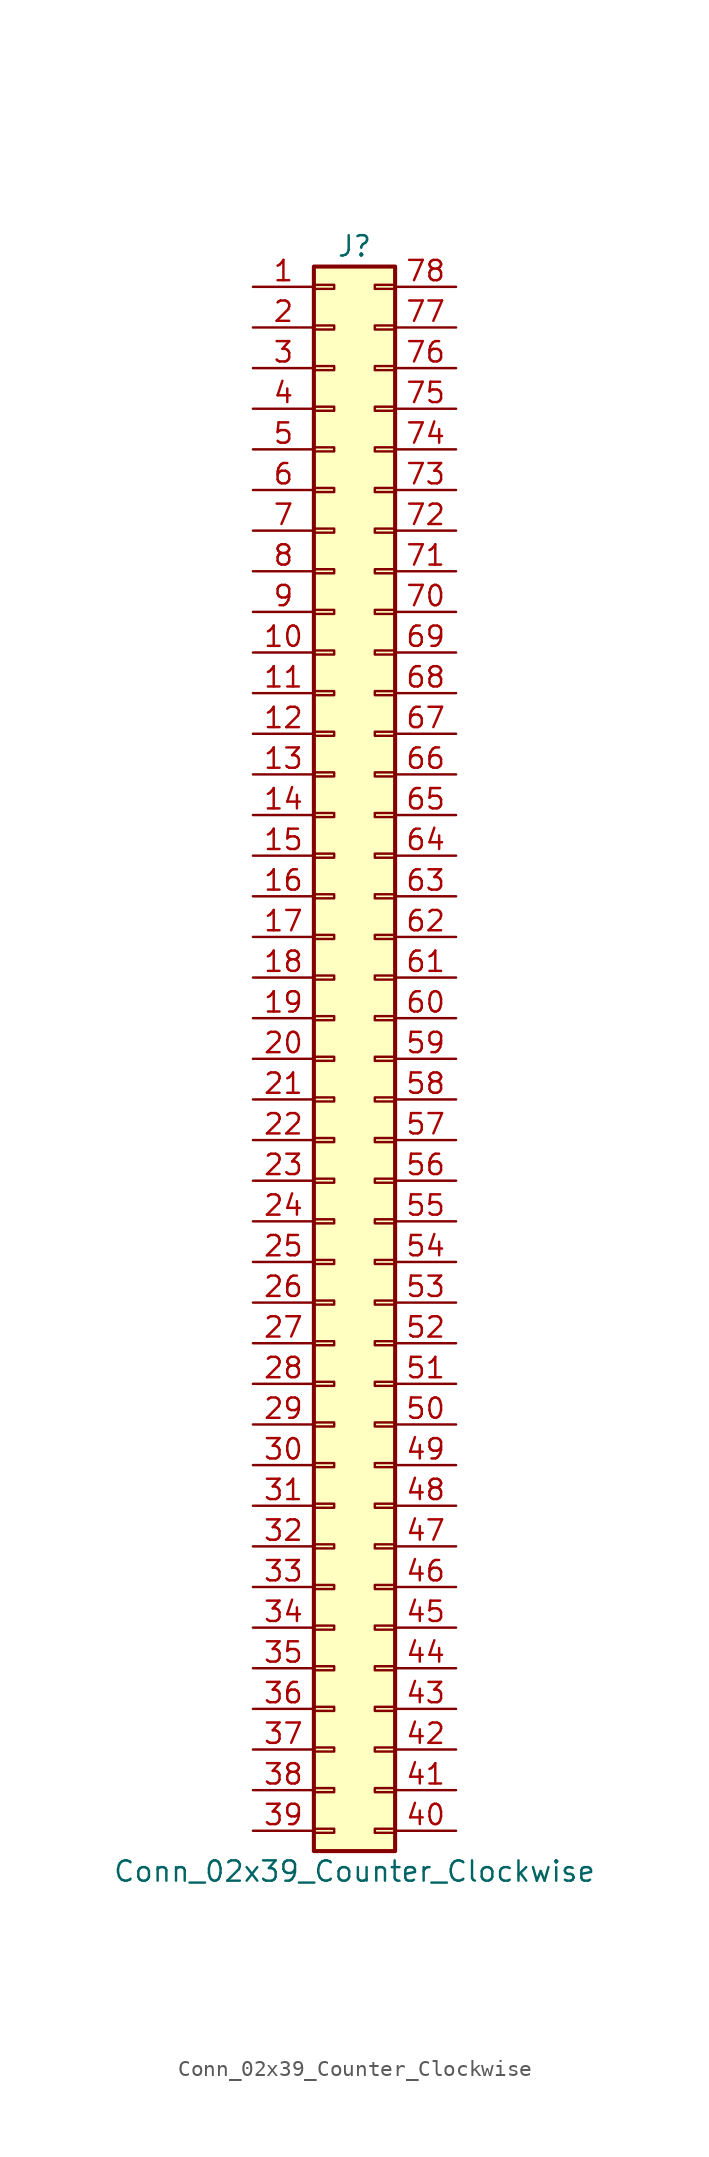
<source format=kicad_sym>
(kicad_symbol_lib
  (version 20211014)
  (generator kicad_symbol_editor)
  (symbol "Conn_02x39_Counter_Clockwise"
    (pin_names
      (offset 1.016) hide)
    (property "Reference" "J"
      (at 1.27 50.8 0)
      (effects (font (size 1.27 1.27))))
    (property "Value" "Conn_02x39_Counter_Clockwise"
      (at 1.27 -50.8 0)
      (effects (font (size 1.27 1.27))))
    (symbol "Conn_02x39_Counter_Clockwise_1_1"
      (rectangle (start -1.27 -48.133) (end 0 -48.387) (stroke (width 0.152) (type default) (color 0 0 0 0)) (fill (type none)))
      (rectangle (start -1.27 -45.593) (end 0 -45.847) (stroke (width 0.152) (type default) (color 0 0 0 0)) (fill (type none)))
      (rectangle (start -1.27 -43.053) (end 0 -43.307) (stroke (width 0.152) (type default) (color 0 0 0 0)) (fill (type none)))
      (rectangle (start -1.27 -40.513) (end 0 -40.767) (stroke (width 0.152) (type default) (color 0 0 0 0)) (fill (type none)))
      (rectangle (start -1.27 -37.973) (end 0 -38.227) (stroke (width 0.152) (type default) (color 0 0 0 0)) (fill (type none)))
      (rectangle (start -1.27 -35.433) (end 0 -35.687) (stroke (width 0.152) (type default) (color 0 0 0 0)) (fill (type none)))
      (rectangle (start -1.27 -32.893) (end 0 -33.147) (stroke (width 0.152) (type default) (color 0 0 0 0)) (fill (type none)))
      (rectangle (start -1.27 -30.353) (end 0 -30.607) (stroke (width 0.152) (type default) (color 0 0 0 0)) (fill (type none)))
      (rectangle (start -1.27 -27.813) (end 0 -28.067) (stroke (width 0.152) (type default) (color 0 0 0 0)) (fill (type none)))
      (rectangle (start -1.27 -25.273) (end 0 -25.527) (stroke (width 0.152) (type default) (color 0 0 0 0)) (fill (type none)))
      (rectangle (start -1.27 -22.733) (end 0 -22.987) (stroke (width 0.152) (type default) (color 0 0 0 0)) (fill (type none)))
      (rectangle (start -1.27 -20.193) (end 0 -20.447) (stroke (width 0.152) (type default) (color 0 0 0 0)) (fill (type none)))
      (rectangle (start -1.27 -17.653) (end 0 -17.907) (stroke (width 0.152) (type default) (color 0 0 0 0)) (fill (type none)))
      (rectangle (start -1.27 -15.113) (end 0 -15.367) (stroke (width 0.152) (type default) (color 0 0 0 0)) (fill (type none)))
      (rectangle (start -1.27 -12.573) (end 0 -12.827) (stroke (width 0.152) (type default) (color 0 0 0 0)) (fill (type none)))
      (rectangle (start -1.27 -10.033) (end 0 -10.287) (stroke (width 0.152) (type default) (color 0 0 0 0)) (fill (type none)))
      (rectangle (start -1.27 -7.493) (end 0 -7.747) (stroke (width 0.152) (type default) (color 0 0 0 0)) (fill (type none)))
      (rectangle (start -1.27 -4.953) (end 0 -5.207) (stroke (width 0.152) (type default) (color 0 0 0 0)) (fill (type none)))
      (rectangle (start -1.27 -2.413) (end 0 -2.667) (stroke (width 0.152) (type default) (color 0 0 0 0)) (fill (type none)))
      (rectangle (start -1.27 0.127) (end 0 -0.127) (stroke (width 0.152) (type default) (color 0 0 0 0)) (fill (type none)))
      (rectangle (start -1.27 2.667) (end 0 2.413) (stroke (width 0.152) (type default) (color 0 0 0 0)) (fill (type none)))
      (rectangle (start -1.27 5.207) (end 0 4.953) (stroke (width 0.152) (type default) (color 0 0 0 0)) (fill (type none)))
      (rectangle (start -1.27 7.747) (end 0 7.493) (stroke (width 0.152) (type default) (color 0 0 0 0)) (fill (type none)))
      (rectangle (start -1.27 10.287) (end 0 10.033) (stroke (width 0.152) (type default) (color 0 0 0 0)) (fill (type none)))
      (rectangle (start -1.27 12.827) (end 0 12.573) (stroke (width 0.152) (type default) (color 0 0 0 0)) (fill (type none)))
      (rectangle (start -1.27 15.367) (end 0 15.113) (stroke (width 0.152) (type default) (color 0 0 0 0)) (fill (type none)))
      (rectangle (start -1.27 17.907) (end 0 17.653) (stroke (width 0.152) (type default) (color 0 0 0 0)) (fill (type none)))
      (rectangle (start -1.27 20.447) (end 0 20.193) (stroke (width 0.152) (type default) (color 0 0 0 0)) (fill (type none)))
      (rectangle (start -1.27 22.987) (end 0 22.733) (stroke (width 0.152) (type default) (color 0 0 0 0)) (fill (type none)))
      (rectangle (start -1.27 25.527) (end 0 25.273) (stroke (width 0.152) (type default) (color 0 0 0 0)) (fill (type none)))
      (rectangle (start -1.27 28.067) (end 0 27.813) (stroke (width 0.152) (type default) (color 0 0 0 0)) (fill (type none)))
      (rectangle (start -1.27 30.607) (end 0 30.353) (stroke (width 0.152) (type default) (color 0 0 0 0)) (fill (type none)))
      (rectangle (start -1.27 33.147) (end 0 32.893) (stroke (width 0.152) (type default) (color 0 0 0 0)) (fill (type none)))
      (rectangle (start -1.27 35.687) (end 0 35.433) (stroke (width 0.152) (type default) (color 0 0 0 0)) (fill (type none)))
      (rectangle (start -1.27 38.227) (end 0 37.973) (stroke (width 0.152) (type default) (color 0 0 0 0)) (fill (type none)))
      (rectangle (start -1.27 40.767) (end 0 40.513) (stroke (width 0.152) (type default) (color 0 0 0 0)) (fill (type none)))
      (rectangle (start -1.27 43.307) (end 0 43.053) (stroke (width 0.152) (type default) (color 0 0 0 0)) (fill (type none)))
      (rectangle (start -1.27 45.847) (end 0 45.593) (stroke (width 0.152) (type default) (color 0 0 0 0)) (fill (type none)))
      (rectangle (start -1.27 48.387) (end 0 48.133) (stroke (width 0.152) (type default) (color 0 0 0 0)) (fill (type none)))
      (rectangle (start -1.27 49.53) (end 3.81 -49.53) (stroke (width 0.254) (type default) (color 0 0 0 0)) (fill (type background)))
      (rectangle (start 3.81 -48.133) (end 2.54 -48.387) (stroke (width 0.152) (type default) (color 0 0 0 0)) (fill (type none)))
      (rectangle (start 3.81 -45.593) (end 2.54 -45.847) (stroke (width 0.152) (type default) (color 0 0 0 0)) (fill (type none)))
      (rectangle (start 3.81 -43.053) (end 2.54 -43.307) (stroke (width 0.152) (type default) (color 0 0 0 0)) (fill (type none)))
      (rectangle (start 3.81 -40.513) (end 2.54 -40.767) (stroke (width 0.152) (type default) (color 0 0 0 0)) (fill (type none)))
      (rectangle (start 3.81 -37.973) (end 2.54 -38.227) (stroke (width 0.152) (type default) (color 0 0 0 0)) (fill (type none)))
      (rectangle (start 3.81 -35.433) (end 2.54 -35.687) (stroke (width 0.152) (type default) (color 0 0 0 0)) (fill (type none)))
      (rectangle (start 3.81 -32.893) (end 2.54 -33.147) (stroke (width 0.152) (type default) (color 0 0 0 0)) (fill (type none)))
      (rectangle (start 3.81 -30.353) (end 2.54 -30.607) (stroke (width 0.152) (type default) (color 0 0 0 0)) (fill (type none)))
      (rectangle (start 3.81 -27.813) (end 2.54 -28.067) (stroke (width 0.152) (type default) (color 0 0 0 0)) (fill (type none)))
      (rectangle (start 3.81 -25.273) (end 2.54 -25.527) (stroke (width 0.152) (type default) (color 0 0 0 0)) (fill (type none)))
      (rectangle (start 3.81 -22.733) (end 2.54 -22.987) (stroke (width 0.152) (type default) (color 0 0 0 0)) (fill (type none)))
      (rectangle (start 3.81 -20.193) (end 2.54 -20.447) (stroke (width 0.152) (type default) (color 0 0 0 0)) (fill (type none)))
      (rectangle (start 3.81 -17.653) (end 2.54 -17.907) (stroke (width 0.152) (type default) (color 0 0 0 0)) (fill (type none)))
      (rectangle (start 3.81 -15.113) (end 2.54 -15.367) (stroke (width 0.152) (type default) (color 0 0 0 0)) (fill (type none)))
      (rectangle (start 3.81 -12.573) (end 2.54 -12.827) (stroke (width 0.152) (type default) (color 0 0 0 0)) (fill (type none)))
      (rectangle (start 3.81 -10.033) (end 2.54 -10.287) (stroke (width 0.152) (type default) (color 0 0 0 0)) (fill (type none)))
      (rectangle (start 3.81 -7.493) (end 2.54 -7.747) (stroke (width 0.152) (type default) (color 0 0 0 0)) (fill (type none)))
      (rectangle (start 3.81 -4.953) (end 2.54 -5.207) (stroke (width 0.152) (type default) (color 0 0 0 0)) (fill (type none)))
      (rectangle (start 3.81 -2.413) (end 2.54 -2.667) (stroke (width 0.152) (type default) (color 0 0 0 0)) (fill (type none)))
      (rectangle (start 3.81 0.127) (end 2.54 -0.127) (stroke (width 0.152) (type default) (color 0 0 0 0)) (fill (type none)))
      (rectangle (start 3.81 2.667) (end 2.54 2.413) (stroke (width 0.152) (type default) (color 0 0 0 0)) (fill (type none)))
      (rectangle (start 3.81 5.207) (end 2.54 4.953) (stroke (width 0.152) (type default) (color 0 0 0 0)) (fill (type none)))
      (rectangle (start 3.81 7.747) (end 2.54 7.493) (stroke (width 0.152) (type default) (color 0 0 0 0)) (fill (type none)))
      (rectangle (start 3.81 10.287) (end 2.54 10.033) (stroke (width 0.152) (type default) (color 0 0 0 0)) (fill (type none)))
      (rectangle (start 3.81 12.827) (end 2.54 12.573) (stroke (width 0.152) (type default) (color 0 0 0 0)) (fill (type none)))
      (rectangle (start 3.81 15.367) (end 2.54 15.113) (stroke (width 0.152) (type default) (color 0 0 0 0)) (fill (type none)))
      (rectangle (start 3.81 17.907) (end 2.54 17.653) (stroke (width 0.152) (type default) (color 0 0 0 0)) (fill (type none)))
      (rectangle (start 3.81 20.447) (end 2.54 20.193) (stroke (width 0.152) (type default) (color 0 0 0 0)) (fill (type none)))
      (rectangle (start 3.81 22.987) (end 2.54 22.733) (stroke (width 0.152) (type default) (color 0 0 0 0)) (fill (type none)))
      (rectangle (start 3.81 25.527) (end 2.54 25.273) (stroke (width 0.152) (type default) (color 0 0 0 0)) (fill (type none)))
      (rectangle (start 3.81 28.067) (end 2.54 27.813) (stroke (width 0.152) (type default) (color 0 0 0 0)) (fill (type none)))
      (rectangle (start 3.81 30.607) (end 2.54 30.353) (stroke (width 0.152) (type default) (color 0 0 0 0)) (fill (type none)))
      (rectangle (start 3.81 33.147) (end 2.54 32.893) (stroke (width 0.152) (type default) (color 0 0 0 0)) (fill (type none)))
      (rectangle (start 3.81 35.687) (end 2.54 35.433) (stroke (width 0.152) (type default) (color 0 0 0 0)) (fill (type none)))
      (rectangle (start 3.81 38.227) (end 2.54 37.973) (stroke (width 0.152) (type default) (color 0 0 0 0)) (fill (type none)))
      (rectangle (start 3.81 40.767) (end 2.54 40.513) (stroke (width 0.152) (type default) (color 0 0 0 0)) (fill (type none)))
      (rectangle (start 3.81 43.307) (end 2.54 43.053) (stroke (width 0.152) (type default) (color 0 0 0 0)) (fill (type none)))
      (rectangle (start 3.81 45.847) (end 2.54 45.593) (stroke (width 0.152) (type default) (color 0 0 0 0)) (fill (type none)))
      (rectangle (start 3.81 48.387) (end 2.54 48.133) (stroke (width 0.152) (type default) (color 0 0 0 0)) (fill (type none)))
      (pin passive line (at -5.08 48.26 0) (length 3.81) (name "Pin_1" (effects (font (size 1.27 1.27)))) (number "1" (effects (font (size 1.27 1.27)))))
      (pin passive line (at -5.08 25.4 0) (length 3.81) (name "Pin_10" (effects (font (size 1.27 1.27)))) (number "10" (effects (font (size 1.27 1.27)))))
      (pin passive line (at -5.08 22.86 0) (length 3.81) (name "Pin_11" (effects (font (size 1.27 1.27)))) (number "11" (effects (font (size 1.27 1.27)))))
      (pin passive line (at -5.08 20.32 0) (length 3.81) (name "Pin_12" (effects (font (size 1.27 1.27)))) (number "12" (effects (font (size 1.27 1.27)))))
      (pin passive line (at -5.08 17.78 0) (length 3.81) (name "Pin_13" (effects (font (size 1.27 1.27)))) (number "13" (effects (font (size 1.27 1.27)))))
      (pin passive line (at -5.08 15.24 0) (length 3.81) (name "Pin_14" (effects (font (size 1.27 1.27)))) (number "14" (effects (font (size 1.27 1.27)))))
      (pin passive line (at -5.08 12.7 0) (length 3.81) (name "Pin_15" (effects (font (size 1.27 1.27)))) (number "15" (effects (font (size 1.27 1.27)))))
      (pin passive line (at -5.08 10.16 0) (length 3.81) (name "Pin_16" (effects (font (size 1.27 1.27)))) (number "16" (effects (font (size 1.27 1.27)))))
      (pin passive line (at -5.08 7.62 0) (length 3.81) (name "Pin_17" (effects (font (size 1.27 1.27)))) (number "17" (effects (font (size 1.27 1.27)))))
      (pin passive line (at -5.08 5.08 0) (length 3.81) (name "Pin_18" (effects (font (size 1.27 1.27)))) (number "18" (effects (font (size 1.27 1.27)))))
      (pin passive line (at -5.08 2.54 0) (length 3.81) (name "Pin_19" (effects (font (size 1.27 1.27)))) (number "19" (effects (font (size 1.27 1.27)))))
      (pin passive line (at -5.08 45.72 0) (length 3.81) (name "Pin_2" (effects (font (size 1.27 1.27)))) (number "2" (effects (font (size 1.27 1.27)))))
      (pin passive line (at -5.08 0 0) (length 3.81) (name "Pin_20" (effects (font (size 1.27 1.27)))) (number "20" (effects (font (size 1.27 1.27)))))
      (pin passive line (at -5.08 -2.54 0) (length 3.81) (name "Pin_21" (effects (font (size 1.27 1.27)))) (number "21" (effects (font (size 1.27 1.27)))))
      (pin passive line (at -5.08 -5.08 0) (length 3.81) (name "Pin_22" (effects (font (size 1.27 1.27)))) (number "22" (effects (font (size 1.27 1.27)))))
      (pin passive line (at -5.08 -7.62 0) (length 3.81) (name "Pin_23" (effects (font (size 1.27 1.27)))) (number "23" (effects (font (size 1.27 1.27)))))
      (pin passive line (at -5.08 -10.16 0) (length 3.81) (name "Pin_24" (effects (font (size 1.27 1.27)))) (number "24" (effects (font (size 1.27 1.27)))))
      (pin passive line (at -5.08 -12.7 0) (length 3.81) (name "Pin_25" (effects (font (size 1.27 1.27)))) (number "25" (effects (font (size 1.27 1.27)))))
      (pin passive line (at -5.08 -15.24 0) (length 3.81) (name "Pin_26" (effects (font (size 1.27 1.27)))) (number "26" (effects (font (size 1.27 1.27)))))
      (pin passive line (at -5.08 -17.78 0) (length 3.81) (name "Pin_27" (effects (font (size 1.27 1.27)))) (number "27" (effects (font (size 1.27 1.27)))))
      (pin passive line (at -5.08 -20.32 0) (length 3.81) (name "Pin_28" (effects (font (size 1.27 1.27)))) (number "28" (effects (font (size 1.27 1.27)))))
      (pin passive line (at -5.08 -22.86 0) (length 3.81) (name "Pin_29" (effects (font (size 1.27 1.27)))) (number "29" (effects (font (size 1.27 1.27)))))
      (pin passive line (at -5.08 43.18 0) (length 3.81) (name "Pin_3" (effects (font (size 1.27 1.27)))) (number "3" (effects (font (size 1.27 1.27)))))
      (pin passive line (at -5.08 -25.4 0) (length 3.81) (name "Pin_30" (effects (font (size 1.27 1.27)))) (number "30" (effects (font (size 1.27 1.27)))))
      (pin passive line (at -5.08 -27.94 0) (length 3.81) (name "Pin_31" (effects (font (size 1.27 1.27)))) (number "31" (effects (font (size 1.27 1.27)))))
      (pin passive line (at -5.08 -30.48 0) (length 3.81) (name "Pin_32" (effects (font (size 1.27 1.27)))) (number "32" (effects (font (size 1.27 1.27)))))
      (pin passive line (at -5.08 -33.02 0) (length 3.81) (name "Pin_33" (effects (font (size 1.27 1.27)))) (number "33" (effects (font (size 1.27 1.27)))))
      (pin passive line (at -5.08 -35.56 0) (length 3.81) (name "Pin_34" (effects (font (size 1.27 1.27)))) (number "34" (effects (font (size 1.27 1.27)))))
      (pin passive line (at -5.08 -38.1 0) (length 3.81) (name "Pin_35" (effects (font (size 1.27 1.27)))) (number "35" (effects (font (size 1.27 1.27)))))
      (pin passive line (at -5.08 -40.64 0) (length 3.81) (name "Pin_36" (effects (font (size 1.27 1.27)))) (number "36" (effects (font (size 1.27 1.27)))))
      (pin passive line (at -5.08 -43.18 0) (length 3.81) (name "Pin_37" (effects (font (size 1.27 1.27)))) (number "37" (effects (font (size 1.27 1.27)))))
      (pin passive line (at -5.08 -45.72 0) (length 3.81) (name "Pin_38" (effects (font (size 1.27 1.27)))) (number "38" (effects (font (size 1.27 1.27)))))
      (pin passive line (at -5.08 -48.26 0) (length 3.81) (name "Pin_39" (effects (font (size 1.27 1.27)))) (number "39" (effects (font (size 1.27 1.27)))))
      (pin passive line (at -5.08 40.64 0) (length 3.81) (name "Pin_4" (effects (font (size 1.27 1.27)))) (number "4" (effects (font (size 1.27 1.27)))))
      (pin passive line (at 7.62 -48.26 180) (length 3.81) (name "Pin_40" (effects (font (size 1.27 1.27)))) (number "40" (effects (font (size 1.27 1.27)))))
      (pin passive line (at 7.62 -45.72 180) (length 3.81) (name "Pin_41" (effects (font (size 1.27 1.27)))) (number "41" (effects (font (size 1.27 1.27)))))
      (pin passive line (at 7.62 -43.18 180) (length 3.81) (name "Pin_42" (effects (font (size 1.27 1.27)))) (number "42" (effects (font (size 1.27 1.27)))))
      (pin passive line (at 7.62 -40.64 180) (length 3.81) (name "Pin_43" (effects (font (size 1.27 1.27)))) (number "43" (effects (font (size 1.27 1.27)))))
      (pin passive line (at 7.62 -38.1 180) (length 3.81) (name "Pin_44" (effects (font (size 1.27 1.27)))) (number "44" (effects (font (size 1.27 1.27)))))
      (pin passive line (at 7.62 -35.56 180) (length 3.81) (name "Pin_45" (effects (font (size 1.27 1.27)))) (number "45" (effects (font (size 1.27 1.27)))))
      (pin passive line (at 7.62 -33.02 180) (length 3.81) (name "Pin_46" (effects (font (size 1.27 1.27)))) (number "46" (effects (font (size 1.27 1.27)))))
      (pin passive line (at 7.62 -30.48 180) (length 3.81) (name "Pin_47" (effects (font (size 1.27 1.27)))) (number "47" (effects (font (size 1.27 1.27)))))
      (pin passive line (at 7.62 -27.94 180) (length 3.81) (name "Pin_48" (effects (font (size 1.27 1.27)))) (number "48" (effects (font (size 1.27 1.27)))))
      (pin passive line (at 7.62 -25.4 180) (length 3.81) (name "Pin_49" (effects (font (size 1.27 1.27)))) (number "49" (effects (font (size 1.27 1.27)))))
      (pin passive line (at -5.08 38.1 0) (length 3.81) (name "Pin_5" (effects (font (size 1.27 1.27)))) (number "5" (effects (font (size 1.27 1.27)))))
      (pin passive line (at 7.62 -22.86 180) (length 3.81) (name "Pin_50" (effects (font (size 1.27 1.27)))) (number "50" (effects (font (size 1.27 1.27)))))
      (pin passive line (at 7.62 -20.32 180) (length 3.81) (name "Pin_51" (effects (font (size 1.27 1.27)))) (number "51" (effects (font (size 1.27 1.27)))))
      (pin passive line (at 7.62 -17.78 180) (length 3.81) (name "Pin_52" (effects (font (size 1.27 1.27)))) (number "52" (effects (font (size 1.27 1.27)))))
      (pin passive line (at 7.62 -15.24 180) (length 3.81) (name "Pin_53" (effects (font (size 1.27 1.27)))) (number "53" (effects (font (size 1.27 1.27)))))
      (pin passive line (at 7.62 -12.7 180) (length 3.81) (name "Pin_54" (effects (font (size 1.27 1.27)))) (number "54" (effects (font (size 1.27 1.27)))))
      (pin passive line (at 7.62 -10.16 180) (length 3.81) (name "Pin_55" (effects (font (size 1.27 1.27)))) (number "55" (effects (font (size 1.27 1.27)))))
      (pin passive line (at 7.62 -7.62 180) (length 3.81) (name "Pin_56" (effects (font (size 1.27 1.27)))) (number "56" (effects (font (size 1.27 1.27)))))
      (pin passive line (at 7.62 -5.08 180) (length 3.81) (name "Pin_57" (effects (font (size 1.27 1.27)))) (number "57" (effects (font (size 1.27 1.27)))))
      (pin passive line (at 7.62 -2.54 180) (length 3.81) (name "Pin_58" (effects (font (size 1.27 1.27)))) (number "58" (effects (font (size 1.27 1.27)))))
      (pin passive line (at 7.62 0 180) (length 3.81) (name "Pin_59" (effects (font (size 1.27 1.27)))) (number "59" (effects (font (size 1.27 1.27)))))
      (pin passive line (at -5.08 35.56 0) (length 3.81) (name "Pin_6" (effects (font (size 1.27 1.27)))) (number "6" (effects (font (size 1.27 1.27)))))
      (pin passive line (at 7.62 2.54 180) (length 3.81) (name "Pin_60" (effects (font (size 1.27 1.27)))) (number "60" (effects (font (size 1.27 1.27)))))
      (pin passive line (at 7.62 5.08 180) (length 3.81) (name "Pin_61" (effects (font (size 1.27 1.27)))) (number "61" (effects (font (size 1.27 1.27)))))
      (pin passive line (at 7.62 7.62 180) (length 3.81) (name "Pin_62" (effects (font (size 1.27 1.27)))) (number "62" (effects (font (size 1.27 1.27)))))
      (pin passive line (at 7.62 10.16 180) (length 3.81) (name "Pin_63" (effects (font (size 1.27 1.27)))) (number "63" (effects (font (size 1.27 1.27)))))
      (pin passive line (at 7.62 12.7 180) (length 3.81) (name "Pin_64" (effects (font (size 1.27 1.27)))) (number "64" (effects (font (size 1.27 1.27)))))
      (pin passive line (at 7.62 15.24 180) (length 3.81) (name "Pin_65" (effects (font (size 1.27 1.27)))) (number "65" (effects (font (size 1.27 1.27)))))
      (pin passive line (at 7.62 17.78 180) (length 3.81) (name "Pin_66" (effects (font (size 1.27 1.27)))) (number "66" (effects (font (size 1.27 1.27)))))
      (pin passive line (at 7.62 20.32 180) (length 3.81) (name "Pin_67" (effects (font (size 1.27 1.27)))) (number "67" (effects (font (size 1.27 1.27)))))
      (pin passive line (at 7.62 22.86 180) (length 3.81) (name "Pin_68" (effects (font (size 1.27 1.27)))) (number "68" (effects (font (size 1.27 1.27)))))
      (pin passive line (at 7.62 25.4 180) (length 3.81) (name "Pin_69" (effects (font (size 1.27 1.27)))) (number "69" (effects (font (size 1.27 1.27)))))
      (pin passive line (at -5.08 33.02 0) (length 3.81) (name "Pin_7" (effects (font (size 1.27 1.27)))) (number "7" (effects (font (size 1.27 1.27)))))
      (pin passive line (at 7.62 27.94 180) (length 3.81) (name "Pin_70" (effects (font (size 1.27 1.27)))) (number "70" (effects (font (size 1.27 1.27)))))
      (pin passive line (at 7.62 30.48 180) (length 3.81) (name "Pin_71" (effects (font (size 1.27 1.27)))) (number "71" (effects (font (size 1.27 1.27)))))
      (pin passive line (at 7.62 33.02 180) (length 3.81) (name "Pin_72" (effects (font (size 1.27 1.27)))) (number "72" (effects (font (size 1.27 1.27)))))
      (pin passive line (at 7.62 35.56 180) (length 3.81) (name "Pin_73" (effects (font (size 1.27 1.27)))) (number "73" (effects (font (size 1.27 1.27)))))
      (pin passive line (at 7.62 38.1 180) (length 3.81) (name "Pin_74" (effects (font (size 1.27 1.27)))) (number "74" (effects (font (size 1.27 1.27)))))
      (pin passive line (at 7.62 40.64 180) (length 3.81) (name "Pin_75" (effects (font (size 1.27 1.27)))) (number "75" (effects (font (size 1.27 1.27)))))
      (pin passive line (at 7.62 43.18 180) (length 3.81) (name "Pin_76" (effects (font (size 1.27 1.27)))) (number "76" (effects (font (size 1.27 1.27)))))
      (pin passive line (at 7.62 45.72 180) (length 3.81) (name "Pin_77" (effects (font (size 1.27 1.27)))) (number "77" (effects (font (size 1.27 1.27)))))
      (pin passive line (at 7.62 48.26 180) (length 3.81) (name "Pin_78" (effects (font (size 1.27 1.27)))) (number "78" (effects (font (size 1.27 1.27)))))
      (pin passive line (at -5.08 30.48 0) (length 3.81) (name "Pin_8" (effects (font (size 1.27 1.27)))) (number "8" (effects (font (size 1.27 1.27)))))
      (pin passive line (at -5.08 27.94 0) (length 3.81) (name "Pin_9" (effects (font (size 1.27 1.27)))) (number "9" (effects (font (size 1.27 1.27))))))))
</source>
